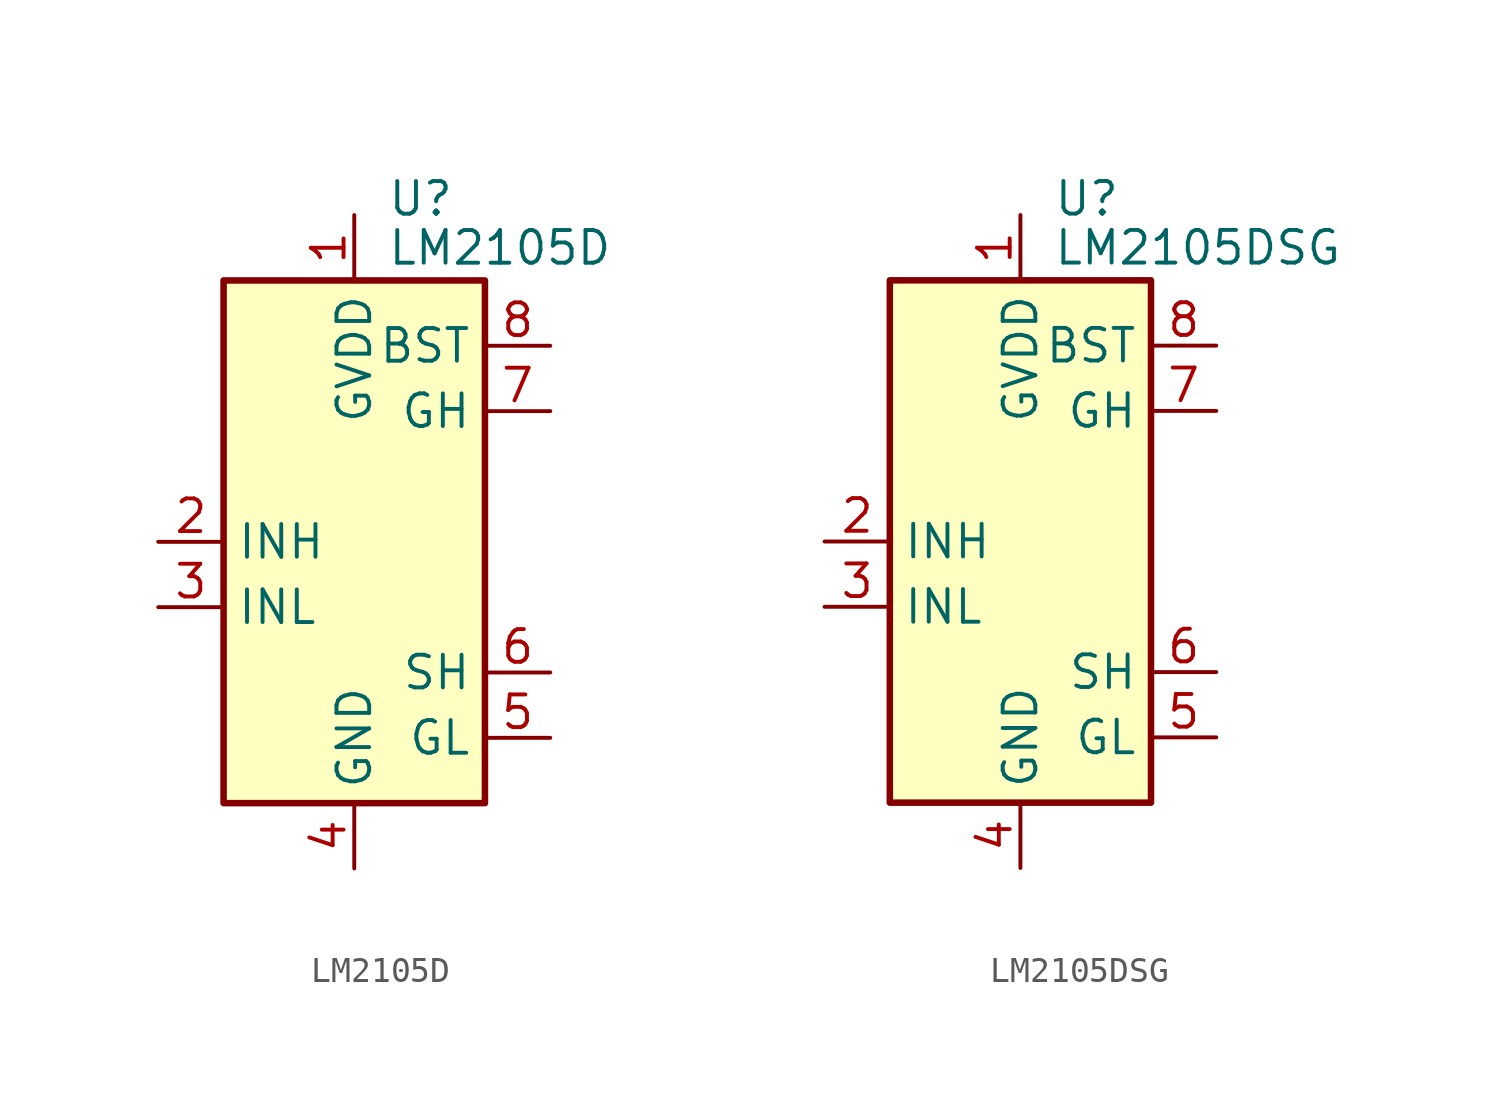
<source format=kicad_sym>
(kicad_symbol_lib
  (version 20231120)
  (generator "kicad_symbol_editor")
  (generator_version "8.0")
  (symbol "LM2105D"
    (property "Reference" "U"
      (at 1.27 13.335 0)
      (effects (font (size 1.27 1.27)) (justify left)))
    (property "Value" "LM2105D"
      (at 1.27 11.43 0)
      (effects (font (size 1.27 1.27)) (justify left)))
    (symbol "LM2105D_0_1"
      (rectangle (start -5.08 -10.16) (end 5.08 10.16) (stroke (width 0.254) (type default)) (fill (type background))))
    (symbol "LM2105D_1_1"
      (pin power_in line (at 0 12.7 270) (length 2.54) (name "GVDD" (effects (font (size 1.27 1.27)))) (number "1" (effects (font (size 1.27 1.27)))))
      (pin input line (at -7.62 0 0) (length 2.54) (name "INH" (effects (font (size 1.27 1.27)))) (number "2" (effects (font (size 1.27 1.27)))))
      (pin input line (at -7.62 -2.54 0) (length 2.54) (name "INL" (effects (font (size 1.27 1.27)))) (number "3" (effects (font (size 1.27 1.27)))))
      (pin power_in line (at 0 -12.7 90) (length 2.54) (name "GND" (effects (font (size 1.27 1.27)))) (number "4" (effects (font (size 1.27 1.27)))))
      (pin output line (at 7.62 -7.62 180) (length 2.54) (name "GL" (effects (font (size 1.27 1.27)))) (number "5" (effects (font (size 1.27 1.27)))))
      (pin passive line (at 7.62 -5.08 180) (length 2.54) (name "SH" (effects (font (size 1.27 1.27)))) (number "6" (effects (font (size 1.27 1.27)))))
      (pin output line (at 7.62 5.08 180) (length 2.54) (name "GH" (effects (font (size 1.27 1.27)))) (number "7" (effects (font (size 1.27 1.27)))))
      (pin passive line (at 7.62 7.62 180) (length 2.54) (name "BST" (effects (font (size 1.27 1.27)))) (number "8" (effects (font (size 1.27 1.27)))))))
  (symbol "LM2105DSG"
    (property "Reference" "U"
      (at 1.27 13.335 0)
      (effects (font (size 1.27 1.27)) (justify left)))
    (property "Value" "LM2105DSG"
      (at 1.27 11.43 0)
      (effects (font (size 1.27 1.27)) (justify left)))
    (symbol "LM2105DSG_0_1"
      (rectangle (start -5.08 10.16) (end 5.08 -10.16) (stroke (width 0.254) (type default)) (fill (type background))))
    (symbol "LM2105DSG_1_1"
      (pin power_in line (at 0 12.7 270) (length 2.54) (name "GVDD" (effects (font (size 1.27 1.27)))) (number "1" (effects (font (size 1.27 1.27)))))
      (pin input line (at -7.62 0 0) (length 2.54) (name "INH" (effects (font (size 1.27 1.27)))) (number "2" (effects (font (size 1.27 1.27)))))
      (pin input line (at -7.62 -2.54 0) (length 2.54) (name "INL" (effects (font (size 1.27 1.27)))) (number "3" (effects (font (size 1.27 1.27)))))
      (pin power_in line (at 0 -12.7 90) (length 2.54) (name "GND" (effects (font (size 1.27 1.27)))) (number "4" (effects (font (size 1.27 1.27)))))
      (pin output line (at 7.62 -7.62 180) (length 2.54) (name "GL" (effects (font (size 1.27 1.27)))) (number "5" (effects (font (size 1.27 1.27)))))
      (pin passive line (at 7.62 -5.08 180) (length 2.54) (name "SH" (effects (font (size 1.27 1.27)))) (number "6" (effects (font (size 1.27 1.27)))))
      (pin output line (at 7.62 5.08 180) (length 2.54) (name "GH" (effects (font (size 1.27 1.27)))) (number "7" (effects (font (size 1.27 1.27)))))
      (pin passive line (at 7.62 7.62 180) (length 2.54) (name "BST" (effects (font (size 1.27 1.27)))) (number "8" (effects (font (size 1.27 1.27)))))
      (pin passive line (at 0 -12.7 90) (length 2.54) hide (name "GND" (effects (font (size 1.27 1.27)))) (number "9" (effects (font (size 1.27 1.27))))))))
</source>
